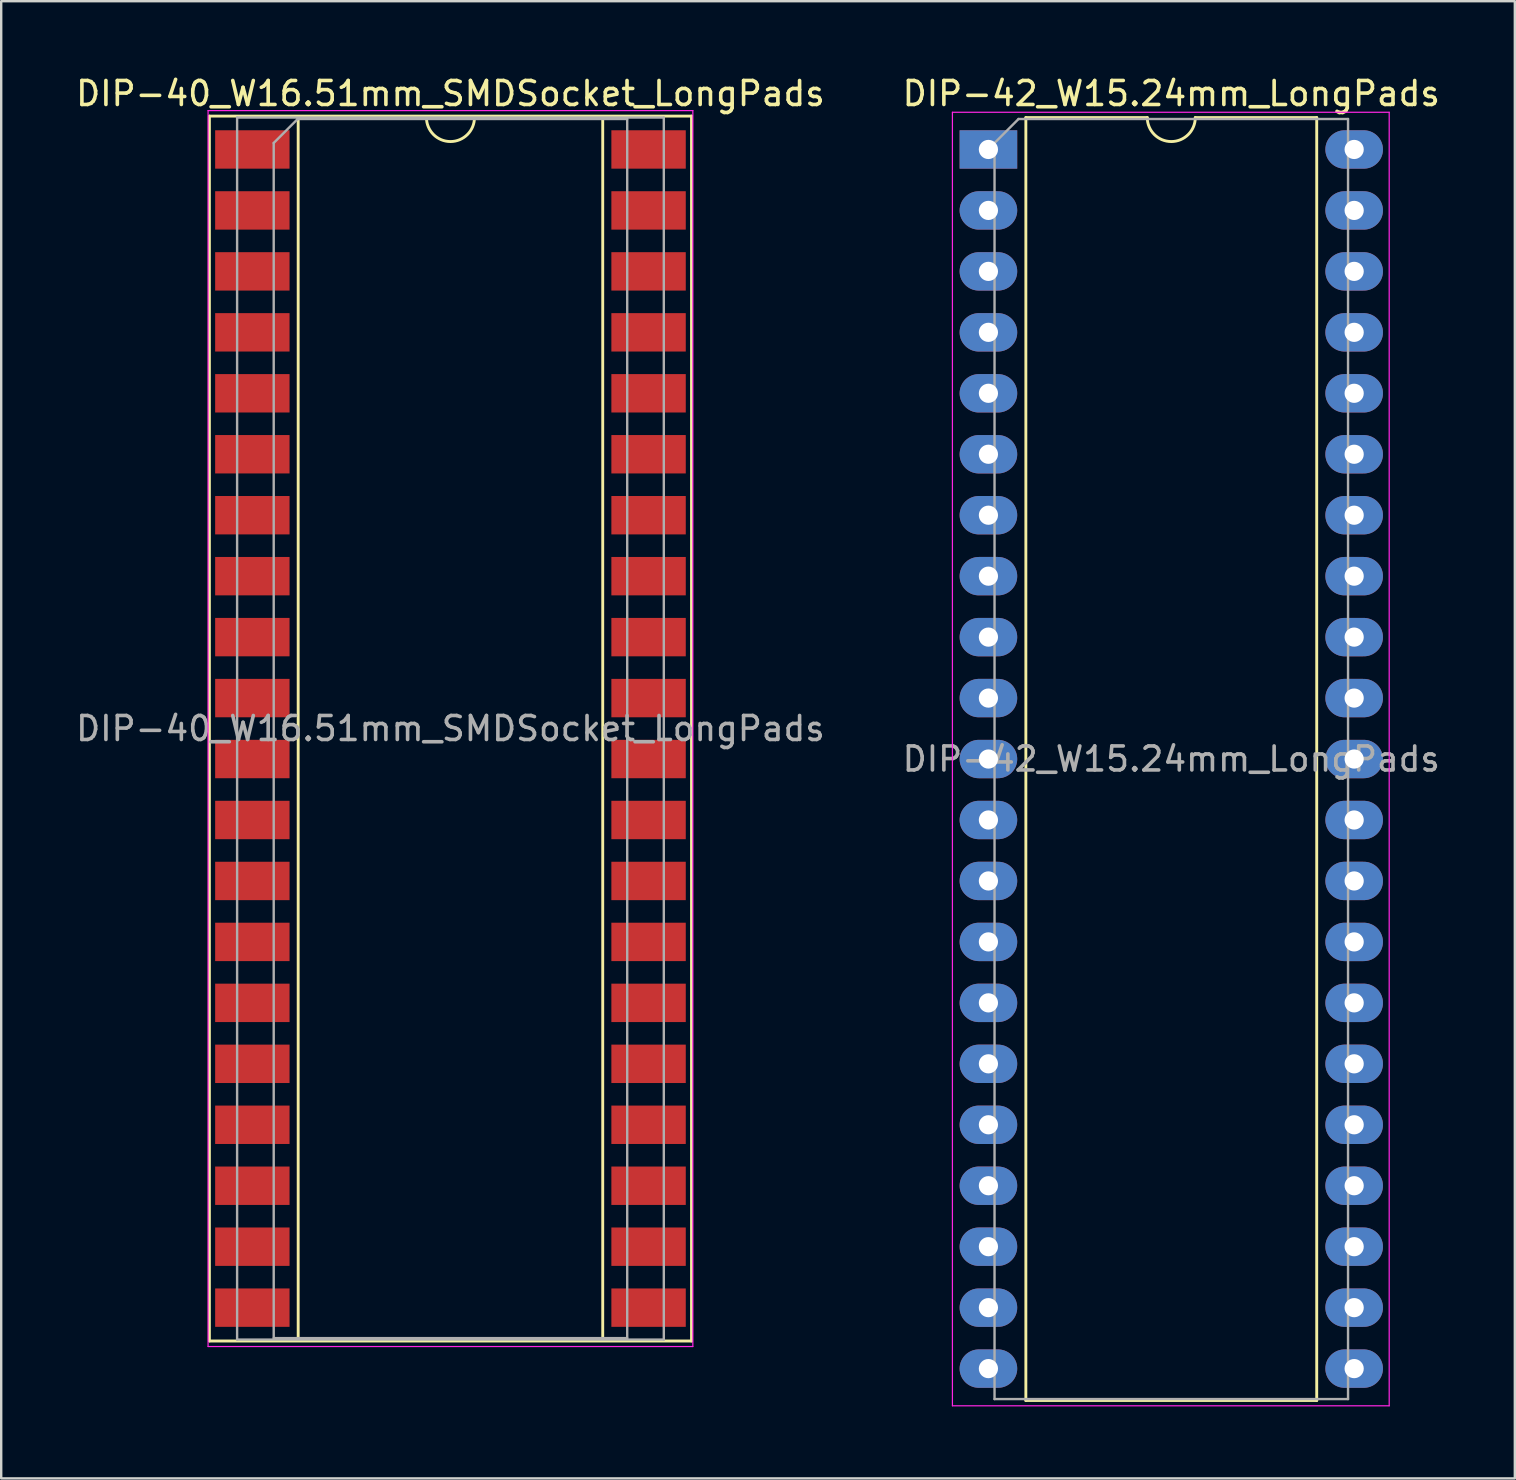
<source format=kicad_pcb>
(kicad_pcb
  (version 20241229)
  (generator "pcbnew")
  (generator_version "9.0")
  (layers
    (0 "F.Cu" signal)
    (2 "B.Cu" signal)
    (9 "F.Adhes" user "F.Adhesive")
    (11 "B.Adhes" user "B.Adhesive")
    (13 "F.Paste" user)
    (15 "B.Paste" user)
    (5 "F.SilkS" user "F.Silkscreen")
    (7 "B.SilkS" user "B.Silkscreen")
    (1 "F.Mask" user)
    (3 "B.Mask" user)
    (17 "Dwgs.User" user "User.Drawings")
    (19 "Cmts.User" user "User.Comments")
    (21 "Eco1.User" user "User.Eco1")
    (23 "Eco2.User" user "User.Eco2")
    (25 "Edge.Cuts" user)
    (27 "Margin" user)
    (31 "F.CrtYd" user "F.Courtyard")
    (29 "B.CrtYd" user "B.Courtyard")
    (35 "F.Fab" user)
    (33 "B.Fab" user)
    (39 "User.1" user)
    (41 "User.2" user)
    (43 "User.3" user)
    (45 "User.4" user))
  (footprint "DIP-42_W15.24mm_LongPads"
    (layer "F.Cu")
    (at 38.136 3.178)
    (property "Reference" "DIP-42_W15.24mm_LongPads" (at 7.62 -2.33 0) (layer "F.SilkS") (effects (font (size 1 1) (thickness 0.15))))
    (attr through_hole)
    (fp_line (start 1.56 -1.33) (end 1.56 52.13) (stroke (width 0.12) (type solid)) (layer "F.SilkS"))
    (fp_line (start 1.56 52.13) (end 13.68 52.13) (stroke (width 0.12) (type solid)) (layer "F.SilkS"))
    (fp_line (start 6.62 -1.33) (end 1.56 -1.33) (stroke (width 0.12) (type solid)) (layer "F.SilkS"))
    (fp_line (start 13.68 -1.33) (end 8.62 -1.33) (stroke (width 0.12) (type solid)) (layer "F.SilkS"))
    (fp_line (start 13.68 52.13) (end 13.68 -1.33) (stroke (width 0.12) (type solid)) (layer "F.SilkS"))
    (fp_arc (start 8.62 -1.33) (mid 7.62 -0.33) (end 6.62 -1.33) (stroke (width 0.12) (type solid)) (layer "F.SilkS"))
    (fp_line (start -1.5 -1.55) (end -1.5 52.35) (stroke (width 0.05) (type solid)) (layer "F.CrtYd"))
    (fp_line (start -1.5 52.35) (end 16.7 52.35) (stroke (width 0.05) (type solid)) (layer "F.CrtYd"))
    (fp_line (start 16.7 -1.55) (end -1.5 -1.55) (stroke (width 0.05) (type solid)) (layer "F.CrtYd"))
    (fp_line (start 16.7 52.35) (end 16.7 -1.55) (stroke (width 0.05) (type solid)) (layer "F.CrtYd"))
    (fp_line (start 0.255 -0.27) (end 1.255 -1.27) (stroke (width 0.1) (type solid)) (layer "F.Fab"))
    (fp_line (start 0.255 52.07) (end 0.255 -0.27) (stroke (width 0.1) (type solid)) (layer "F.Fab"))
    (fp_line (start 1.255 -1.27) (end 14.985 -1.27) (stroke (width 0.1) (type solid)) (layer "F.Fab"))
    (fp_line (start 14.985 -1.27) (end 14.985 52.07) (stroke (width 0.1) (type solid)) (layer "F.Fab"))
    (fp_line (start 14.985 52.07) (end 0.255 52.07) (stroke (width 0.1) (type solid)) (layer "F.Fab"))
    (fp_text user "${REFERENCE}" (at 7.62 25.4 0) (layer "F.Fab") (effects (font (size 1 1) (thickness 0.15))))
    (pad "1" thru_hole rect (at 0 0) (size 2.4 1.6) (drill 0.8) (layers "*.Cu" "*.Mask"))
    (pad "2" thru_hole oval (at 0 2.54) (size 2.4 1.6) (drill 0.8) (layers "*.Cu" "*.Mask"))
    (pad "3" thru_hole oval (at 0 5.08) (size 2.4 1.6) (drill 0.8) (layers "*.Cu" "*.Mask"))
    (pad "4" thru_hole oval (at 0 7.62) (size 2.4 1.6) (drill 0.8) (layers "*.Cu" "*.Mask"))
    (pad "5" thru_hole oval (at 0 10.16) (size 2.4 1.6) (drill 0.8) (layers "*.Cu" "*.Mask"))
    (pad "6" thru_hole oval (at 0 12.7) (size 2.4 1.6) (drill 0.8) (layers "*.Cu" "*.Mask"))
    (pad "7" thru_hole oval (at 0 15.24) (size 2.4 1.6) (drill 0.8) (layers "*.Cu" "*.Mask"))
    (pad "8" thru_hole oval (at 0 17.78) (size 2.4 1.6) (drill 0.8) (layers "*.Cu" "*.Mask"))
    (pad "9" thru_hole oval (at 0 20.32) (size 2.4 1.6) (drill 0.8) (layers "*.Cu" "*.Mask"))
    (pad "10" thru_hole oval (at 0 22.86) (size 2.4 1.6) (drill 0.8) (layers "*.Cu" "*.Mask"))
    (pad "11" thru_hole oval (at 0 25.4) (size 2.4 1.6) (drill 0.8) (layers "*.Cu" "*.Mask"))
    (pad "12" thru_hole oval (at 0 27.94) (size 2.4 1.6) (drill 0.8) (layers "*.Cu" "*.Mask"))
    (pad "13" thru_hole oval (at 0 30.48) (size 2.4 1.6) (drill 0.8) (layers "*.Cu" "*.Mask"))
    (pad "14" thru_hole oval (at 0 33.02) (size 2.4 1.6) (drill 0.8) (layers "*.Cu" "*.Mask"))
    (pad "15" thru_hole oval (at 0 35.56) (size 2.4 1.6) (drill 0.8) (layers "*.Cu" "*.Mask"))
    (pad "16" thru_hole oval (at 0 38.1) (size 2.4 1.6) (drill 0.8) (layers "*.Cu" "*.Mask"))
    (pad "17" thru_hole oval (at 0 40.64) (size 2.4 1.6) (drill 0.8) (layers "*.Cu" "*.Mask"))
    (pad "18" thru_hole oval (at 0 43.18) (size 2.4 1.6) (drill 0.8) (layers "*.Cu" "*.Mask"))
    (pad "19" thru_hole oval (at 0 45.72) (size 2.4 1.6) (drill 0.8) (layers "*.Cu" "*.Mask"))
    (pad "20" thru_hole oval (at 0 48.26) (size 2.4 1.6) (drill 0.8) (layers "*.Cu" "*.Mask"))
    (pad "21" thru_hole oval (at 0 50.8) (size 2.4 1.6) (drill 0.8) (layers "*.Cu" "*.Mask"))
    (pad "22" thru_hole oval (at 15.24 50.8) (size 2.4 1.6) (drill 0.8) (layers "*.Cu" "*.Mask"))
    (pad "23" thru_hole oval (at 15.24 48.26) (size 2.4 1.6) (drill 0.8) (layers "*.Cu" "*.Mask"))
    (pad "24" thru_hole oval (at 15.24 45.72) (size 2.4 1.6) (drill 0.8) (layers "*.Cu" "*.Mask"))
    (pad "25" thru_hole oval (at 15.24 43.18) (size 2.4 1.6) (drill 0.8) (layers "*.Cu" "*.Mask"))
    (pad "26" thru_hole oval (at 15.24 40.64) (size 2.4 1.6) (drill 0.8) (layers "*.Cu" "*.Mask"))
    (pad "27" thru_hole oval (at 15.24 38.1) (size 2.4 1.6) (drill 0.8) (layers "*.Cu" "*.Mask"))
    (pad "28" thru_hole oval (at 15.24 35.56) (size 2.4 1.6) (drill 0.8) (layers "*.Cu" "*.Mask"))
    (pad "29" thru_hole oval (at 15.24 33.02) (size 2.4 1.6) (drill 0.8) (layers "*.Cu" "*.Mask"))
    (pad "30" thru_hole oval (at 15.24 30.48) (size 2.4 1.6) (drill 0.8) (layers "*.Cu" "*.Mask"))
    (pad "31" thru_hole oval (at 15.24 27.94) (size 2.4 1.6) (drill 0.8) (layers "*.Cu" "*.Mask"))
    (pad "32" thru_hole oval (at 15.24 25.4) (size 2.4 1.6) (drill 0.8) (layers "*.Cu" "*.Mask"))
    (pad "33" thru_hole oval (at 15.24 22.86) (size 2.4 1.6) (drill 0.8) (layers "*.Cu" "*.Mask"))
    (pad "34" thru_hole oval (at 15.24 20.32) (size 2.4 1.6) (drill 0.8) (layers "*.Cu" "*.Mask"))
    (pad "35" thru_hole oval (at 15.24 17.78) (size 2.4 1.6) (drill 0.8) (layers "*.Cu" "*.Mask"))
    (pad "36" thru_hole oval (at 15.24 15.24) (size 2.4 1.6) (drill 0.8) (layers "*.Cu" "*.Mask"))
    (pad "37" thru_hole oval (at 15.24 12.7) (size 2.4 1.6) (drill 0.8) (layers "*.Cu" "*.Mask"))
    (pad "38" thru_hole oval (at 15.24 10.16) (size 2.4 1.6) (drill 0.8) (layers "*.Cu" "*.Mask"))
    (pad "39" thru_hole oval (at 15.24 7.62) (size 2.4 1.6) (drill 0.8) (layers "*.Cu" "*.Mask"))
    (pad "40" thru_hole oval (at 15.24 5.08) (size 2.4 1.6) (drill 0.8) (layers "*.Cu" "*.Mask"))
    (pad "41" thru_hole oval (at 15.24 2.54) (size 2.4 1.6) (drill 0.8) (layers "*.Cu" "*.Mask"))
    (pad "42" thru_hole oval (at 15.24 0) (size 2.4 1.6) (drill 0.8) (layers "*.Cu" "*.Mask")))
  (footprint "DIP-40_W16.51mm_SMDSocket_LongPads"
    (layer "F.Cu")
    (at 15.72 27.308)
    (property "Reference" "DIP-40_W16.51mm_SMDSocket_LongPads" (at 0 -26.46 0) (layer "F.SilkS") (effects (font (size 1 1) (thickness 0.15))))
    (attr smd)
    (fp_line (start -10.045 -25.52) (end -10.045 25.52) (stroke (width 0.12) (type solid)) (layer "F.SilkS"))
    (fp_line (start -10.045 25.52) (end 10.045 25.52) (stroke (width 0.12) (type solid)) (layer "F.SilkS"))
    (fp_line (start -6.345 -25.46) (end -6.345 25.46) (stroke (width 0.12) (type solid)) (layer "F.SilkS"))
    (fp_line (start -6.345 25.46) (end 6.345 25.46) (stroke (width 0.12) (type solid)) (layer "F.SilkS"))
    (fp_line (start -1 -25.46) (end -6.345 -25.46) (stroke (width 0.12) (type solid)) (layer "F.SilkS"))
    (fp_line (start 6.345 -25.46) (end 1 -25.46) (stroke (width 0.12) (type solid)) (layer "F.SilkS"))
    (fp_line (start 6.345 25.46) (end 6.345 -25.46) (stroke (width 0.12) (type solid)) (layer "F.SilkS"))
    (fp_line (start 10.045 -25.52) (end -10.045 -25.52) (stroke (width 0.12) (type solid)) (layer "F.SilkS"))
    (fp_line (start 10.045 25.52) (end 10.045 -25.52) (stroke (width 0.12) (type solid)) (layer "F.SilkS"))
    (fp_arc (start 1 -25.46) (mid 0 -24.46) (end -1 -25.46) (stroke (width 0.12) (type solid)) (layer "F.SilkS"))
    (fp_line (start -10.1 -25.75) (end -10.1 25.75) (stroke (width 0.05) (type solid)) (layer "F.CrtYd"))
    (fp_line (start -10.1 25.75) (end 10.1 25.75) (stroke (width 0.05) (type solid)) (layer "F.CrtYd"))
    (fp_line (start 10.1 -25.75) (end -10.1 -25.75) (stroke (width 0.05) (type solid)) (layer "F.CrtYd"))
    (fp_line (start 10.1 25.75) (end 10.1 -25.75) (stroke (width 0.05) (type solid)) (layer "F.CrtYd"))
    (fp_line (start -8.89 -25.46) (end -8.89 25.46) (stroke (width 0.1) (type solid)) (layer "F.Fab"))
    (fp_line (start -8.89 25.46) (end 8.89 25.46) (stroke (width 0.1) (type solid)) (layer "F.Fab"))
    (fp_line (start -7.365 -24.4) (end -6.365 -25.4) (stroke (width 0.1) (type solid)) (layer "F.Fab"))
    (fp_line (start -7.365 25.4) (end -7.365 -24.4) (stroke (width 0.1) (type solid)) (layer "F.Fab"))
    (fp_line (start -6.365 -25.4) (end 7.365 -25.4) (stroke (width 0.1) (type solid)) (layer "F.Fab"))
    (fp_line (start 7.365 -25.4) (end 7.365 25.4) (stroke (width 0.1) (type solid)) (layer "F.Fab"))
    (fp_line (start 7.365 25.4) (end -7.365 25.4) (stroke (width 0.1) (type solid)) (layer "F.Fab"))
    (fp_line (start 8.89 -25.46) (end -8.89 -25.46) (stroke (width 0.1) (type solid)) (layer "F.Fab"))
    (fp_line (start 8.89 25.46) (end 8.89 -25.46) (stroke (width 0.1) (type solid)) (layer "F.Fab"))
    (fp_text user "${REFERENCE}" (at 0 0 0) (layer "F.Fab") (effects (font (size 1 1) (thickness 0.15))))
    (pad "1" smd rect (at -8.255 -24.13) (size 3.1 1.6) (layers "F.Cu" "F.Mask" "F.Paste"))
    (pad "2" smd rect (at -8.255 -21.59) (size 3.1 1.6) (layers "F.Cu" "F.Mask" "F.Paste"))
    (pad "3" smd rect (at -8.255 -19.05) (size 3.1 1.6) (layers "F.Cu" "F.Mask" "F.Paste"))
    (pad "4" smd rect (at -8.255 -16.51) (size 3.1 1.6) (layers "F.Cu" "F.Mask" "F.Paste"))
    (pad "5" smd rect (at -8.255 -13.97) (size 3.1 1.6) (layers "F.Cu" "F.Mask" "F.Paste"))
    (pad "6" smd rect (at -8.255 -11.43) (size 3.1 1.6) (layers "F.Cu" "F.Mask" "F.Paste"))
    (pad "7" smd rect (at -8.255 -8.89) (size 3.1 1.6) (layers "F.Cu" "F.Mask" "F.Paste"))
    (pad "8" smd rect (at -8.255 -6.35) (size 3.1 1.6) (layers "F.Cu" "F.Mask" "F.Paste"))
    (pad "9" smd rect (at -8.255 -3.81) (size 3.1 1.6) (layers "F.Cu" "F.Mask" "F.Paste"))
    (pad "10" smd rect (at -8.255 -1.27) (size 3.1 1.6) (layers "F.Cu" "F.Mask" "F.Paste"))
    (pad "11" smd rect (at -8.255 1.27) (size 3.1 1.6) (layers "F.Cu" "F.Mask" "F.Paste"))
    (pad "12" smd rect (at -8.255 3.81) (size 3.1 1.6) (layers "F.Cu" "F.Mask" "F.Paste"))
    (pad "13" smd rect (at -8.255 6.35) (size 3.1 1.6) (layers "F.Cu" "F.Mask" "F.Paste"))
    (pad "14" smd rect (at -8.255 8.89) (size 3.1 1.6) (layers "F.Cu" "F.Mask" "F.Paste"))
    (pad "15" smd rect (at -8.255 11.43) (size 3.1 1.6) (layers "F.Cu" "F.Mask" "F.Paste"))
    (pad "16" smd rect (at -8.255 13.97) (size 3.1 1.6) (layers "F.Cu" "F.Mask" "F.Paste"))
    (pad "17" smd rect (at -8.255 16.51) (size 3.1 1.6) (layers "F.Cu" "F.Mask" "F.Paste"))
    (pad "18" smd rect (at -8.255 19.05) (size 3.1 1.6) (layers "F.Cu" "F.Mask" "F.Paste"))
    (pad "19" smd rect (at -8.255 21.59) (size 3.1 1.6) (layers "F.Cu" "F.Mask" "F.Paste"))
    (pad "20" smd rect (at -8.255 24.13) (size 3.1 1.6) (layers "F.Cu" "F.Mask" "F.Paste"))
    (pad "21" smd rect (at 8.255 24.13) (size 3.1 1.6) (layers "F.Cu" "F.Mask" "F.Paste"))
    (pad "22" smd rect (at 8.255 21.59) (size 3.1 1.6) (layers "F.Cu" "F.Mask" "F.Paste"))
    (pad "23" smd rect (at 8.255 19.05) (size 3.1 1.6) (layers "F.Cu" "F.Mask" "F.Paste"))
    (pad "24" smd rect (at 8.255 16.51) (size 3.1 1.6) (layers "F.Cu" "F.Mask" "F.Paste"))
    (pad "25" smd rect (at 8.255 13.97) (size 3.1 1.6) (layers "F.Cu" "F.Mask" "F.Paste"))
    (pad "26" smd rect (at 8.255 11.43) (size 3.1 1.6) (layers "F.Cu" "F.Mask" "F.Paste"))
    (pad "27" smd rect (at 8.255 8.89) (size 3.1 1.6) (layers "F.Cu" "F.Mask" "F.Paste"))
    (pad "28" smd rect (at 8.255 6.35) (size 3.1 1.6) (layers "F.Cu" "F.Mask" "F.Paste"))
    (pad "29" smd rect (at 8.255 3.81) (size 3.1 1.6) (layers "F.Cu" "F.Mask" "F.Paste"))
    (pad "30" smd rect (at 8.255 1.27) (size 3.1 1.6) (layers "F.Cu" "F.Mask" "F.Paste"))
    (pad "31" smd rect (at 8.255 -1.27) (size 3.1 1.6) (layers "F.Cu" "F.Mask" "F.Paste"))
    (pad "32" smd rect (at 8.255 -3.81) (size 3.1 1.6) (layers "F.Cu" "F.Mask" "F.Paste"))
    (pad "33" smd rect (at 8.255 -6.35) (size 3.1 1.6) (layers "F.Cu" "F.Mask" "F.Paste"))
    (pad "34" smd rect (at 8.255 -8.89) (size 3.1 1.6) (layers "F.Cu" "F.Mask" "F.Paste"))
    (pad "35" smd rect (at 8.255 -11.43) (size 3.1 1.6) (layers "F.Cu" "F.Mask" "F.Paste"))
    (pad "36" smd rect (at 8.255 -13.97) (size 3.1 1.6) (layers "F.Cu" "F.Mask" "F.Paste"))
    (pad "37" smd rect (at 8.255 -16.51) (size 3.1 1.6) (layers "F.Cu" "F.Mask" "F.Paste"))
    (pad "38" smd rect (at 8.255 -19.05) (size 3.1 1.6) (layers "F.Cu" "F.Mask" "F.Paste"))
    (pad "39" smd rect (at 8.255 -21.59) (size 3.1 1.6) (layers "F.Cu" "F.Mask" "F.Paste"))
    (pad "40" smd rect (at 8.255 -24.13) (size 3.1 1.6) (layers "F.Cu" "F.Mask" "F.Paste")))
  (gr_rect
    (start -3 -3)
    (end 60.071 58.553)
    (stroke (width 0.1) (type default))
    (fill no)
    (layer "Edge.Cuts")))
</source>
